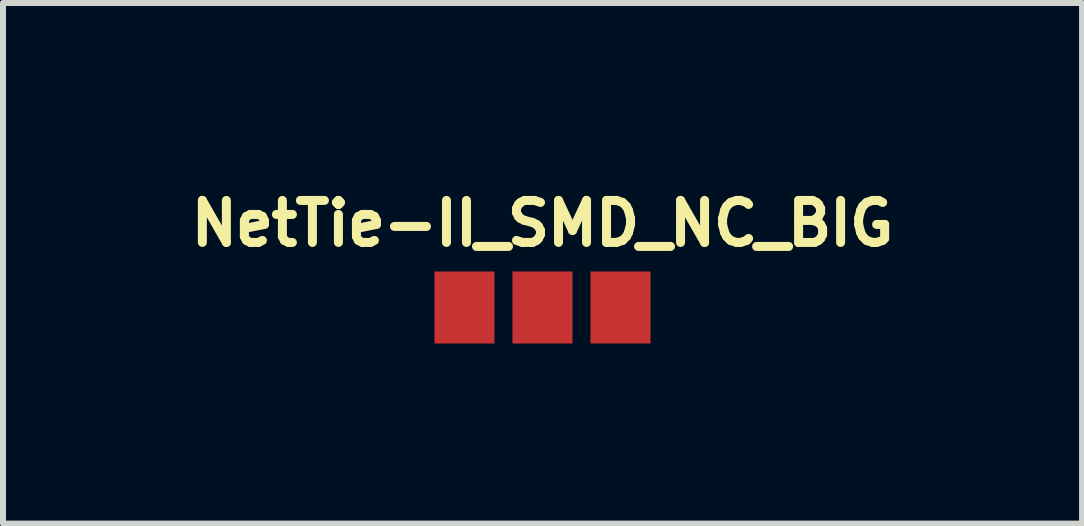
<source format=kicad_pcb>
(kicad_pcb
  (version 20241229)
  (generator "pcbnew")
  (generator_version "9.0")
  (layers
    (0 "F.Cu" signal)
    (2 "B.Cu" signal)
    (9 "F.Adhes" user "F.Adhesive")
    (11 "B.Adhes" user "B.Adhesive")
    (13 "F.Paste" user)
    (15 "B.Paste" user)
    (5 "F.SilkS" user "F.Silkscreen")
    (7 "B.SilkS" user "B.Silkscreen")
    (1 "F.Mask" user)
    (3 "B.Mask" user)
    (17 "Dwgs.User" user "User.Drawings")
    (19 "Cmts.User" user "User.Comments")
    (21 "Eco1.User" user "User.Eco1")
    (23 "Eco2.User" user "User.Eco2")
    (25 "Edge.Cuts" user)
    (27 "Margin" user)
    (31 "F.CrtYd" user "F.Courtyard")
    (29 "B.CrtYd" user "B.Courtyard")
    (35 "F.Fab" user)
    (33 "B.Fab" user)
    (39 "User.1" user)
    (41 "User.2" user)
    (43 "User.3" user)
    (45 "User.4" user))
  (footprint "NetTie-II_SMD_NC_BIG"
    (layer "F.Cu")
    (at 5.988 2.073)
    (property "Reference" "NetTie-II_SMD_NC_BIG" (at 0 -1.4 0) (layer "F.SilkS") (effects (font (size 0.7 0.7) (thickness 0.15))))
    (attr through_hole)
    (pad "1" smd rect (at -1.3 0) (size 1 1.2) (layers "F.Cu" "F.Paste"))
    (pad "2" smd rect (at 0 0) (size 1 1.2) (layers "F.Cu" "F.Paste"))
    (pad "3" smd rect (at 1.3 0) (size 1 1.2) (layers "F.Cu" "F.Paste")))
  (gr_rect
    (start -3 -3)
    (end 14.977 5.673)
    (stroke (width 0.1) (type default))
    (fill no)
    (layer "Edge.Cuts")))
</source>
